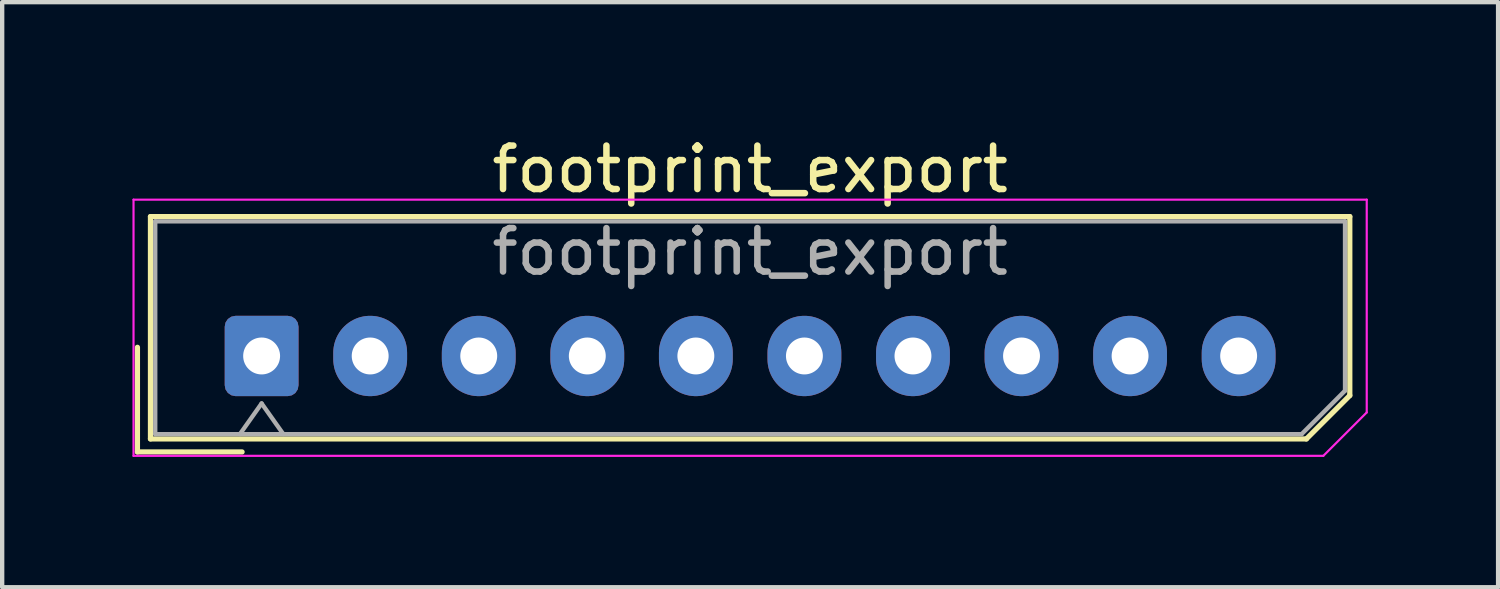
<source format=kicad_pcb>
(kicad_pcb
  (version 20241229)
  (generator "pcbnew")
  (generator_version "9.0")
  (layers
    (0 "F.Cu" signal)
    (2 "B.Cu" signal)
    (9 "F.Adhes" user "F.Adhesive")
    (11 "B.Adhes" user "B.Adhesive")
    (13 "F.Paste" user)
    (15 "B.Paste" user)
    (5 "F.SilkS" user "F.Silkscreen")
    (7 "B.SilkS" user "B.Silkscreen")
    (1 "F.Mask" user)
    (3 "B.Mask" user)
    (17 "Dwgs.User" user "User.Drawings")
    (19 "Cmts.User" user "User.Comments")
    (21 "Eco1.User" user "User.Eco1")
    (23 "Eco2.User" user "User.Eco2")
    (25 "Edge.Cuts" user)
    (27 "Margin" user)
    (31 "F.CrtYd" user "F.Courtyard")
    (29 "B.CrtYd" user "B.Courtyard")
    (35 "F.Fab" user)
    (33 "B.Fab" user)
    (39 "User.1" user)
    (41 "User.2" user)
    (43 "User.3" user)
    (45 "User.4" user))
  (footprint "footprint_export"
    (layer "F.Cu")
    (at 2.975 5.148)
    (property "Reference" "footprint_export" (at 11.25 -4.3 0) (layer "F.SilkS") (effects (font (size 1 1) (thickness 0.15))))
    (attr through_hole)
    (fp_line (start -2.86 -0.2) (end -2.86 2.21) (stroke (width 0.12) (type solid)) (layer "F.SilkS"))
    (fp_line (start -2.86 2.21) (end -0.45 2.21) (stroke (width 0.12) (type solid)) (layer "F.SilkS"))
    (fp_line (start -2.56 -3.21) (end -2.56 1.91) (stroke (width 0.12) (type solid)) (layer "F.SilkS"))
    (fp_line (start -2.56 1.91) (end 24.06 1.91) (stroke (width 0.12) (type solid)) (layer "F.SilkS"))
    (fp_line (start 24.06 1.91) (end 25.06 0.91) (stroke (width 0.12) (type solid)) (layer "F.SilkS"))
    (fp_line (start 25.06 -3.21) (end -2.56 -3.21) (stroke (width 0.12) (type solid)) (layer "F.SilkS"))
    (fp_line (start 25.06 0.91) (end 25.06 -3.21) (stroke (width 0.12) (type solid)) (layer "F.SilkS"))
    (fp_line (start -2.95 -3.6) (end -2.95 2.3) (stroke (width 0.05) (type solid)) (layer "F.CrtYd"))
    (fp_line (start -2.95 2.3) (end 24.45 2.3) (stroke (width 0.05) (type solid)) (layer "F.CrtYd"))
    (fp_line (start 24.45 2.3) (end 25.45 1.3) (stroke (width 0.05) (type solid)) (layer "F.CrtYd"))
    (fp_line (start 25.45 -3.6) (end -2.95 -3.6) (stroke (width 0.05) (type solid)) (layer "F.CrtYd"))
    (fp_line (start 25.45 1.3) (end 25.45 -3.6) (stroke (width 0.05) (type solid)) (layer "F.CrtYd"))
    (fp_line (start -2.45 -3.1) (end -2.45 1.8) (stroke (width 0.1) (type solid)) (layer "F.Fab"))
    (fp_line (start -2.45 1.8) (end 23.95 1.8) (stroke (width 0.1) (type solid)) (layer "F.Fab"))
    (fp_line (start -0.5 1.8) (end 0 1.093) (stroke (width 0.1) (type solid)) (layer "F.Fab"))
    (fp_line (start 0 1.093) (end 0.5 1.8) (stroke (width 0.1) (type solid)) (layer "F.Fab"))
    (fp_line (start 23.95 1.8) (end 24.95 0.8) (stroke (width 0.1) (type solid)) (layer "F.Fab"))
    (fp_line (start 24.95 -3.1) (end -2.45 -3.1) (stroke (width 0.1) (type solid)) (layer "F.Fab"))
    (fp_line (start 24.95 0.8) (end 24.95 -3.1) (stroke (width 0.1) (type solid)) (layer "F.Fab"))
    (fp_text user "${REFERENCE}" (at 11.25 -2.4 0) (layer "F.Fab") (effects (font (size 1 1) (thickness 0.15))))
    (pad "1" thru_hole roundrect (at 0 0) (size 1.7 1.85) (drill 0.85) (layers "*.Cu" "*.Mask") (roundrect_rratio 0.147))
    (pad "2" thru_hole oval (at 2.5 0) (size 1.7 1.85) (drill 0.85) (layers "*.Cu" "*.Mask"))
    (pad "3" thru_hole oval (at 5 0) (size 1.7 1.85) (drill 0.85) (layers "*.Cu" "*.Mask"))
    (pad "4" thru_hole oval (at 7.5 0) (size 1.7 1.85) (drill 0.85) (layers "*.Cu" "*.Mask"))
    (pad "5" thru_hole oval (at 10 0) (size 1.7 1.85) (drill 0.85) (layers "*.Cu" "*.Mask"))
    (pad "6" thru_hole oval (at 12.5 0) (size 1.7 1.85) (drill 0.85) (layers "*.Cu" "*.Mask"))
    (pad "7" thru_hole oval (at 15 0) (size 1.7 1.85) (drill 0.85) (layers "*.Cu" "*.Mask"))
    (pad "8" thru_hole oval (at 17.5 0) (size 1.7 1.85) (drill 0.85) (layers "*.Cu" "*.Mask"))
    (pad "9" thru_hole oval (at 20 0) (size 1.7 1.85) (drill 0.85) (layers "*.Cu" "*.Mask"))
    (pad "10" thru_hole oval (at 22.5 0) (size 1.7 1.85) (drill 0.85) (layers "*.Cu" "*.Mask")))
  (gr_rect
    (start -3 -3)
    (end 31.45 10.473)
    (stroke (width 0.1) (type default))
    (fill no)
    (layer "Edge.Cuts")))
</source>
